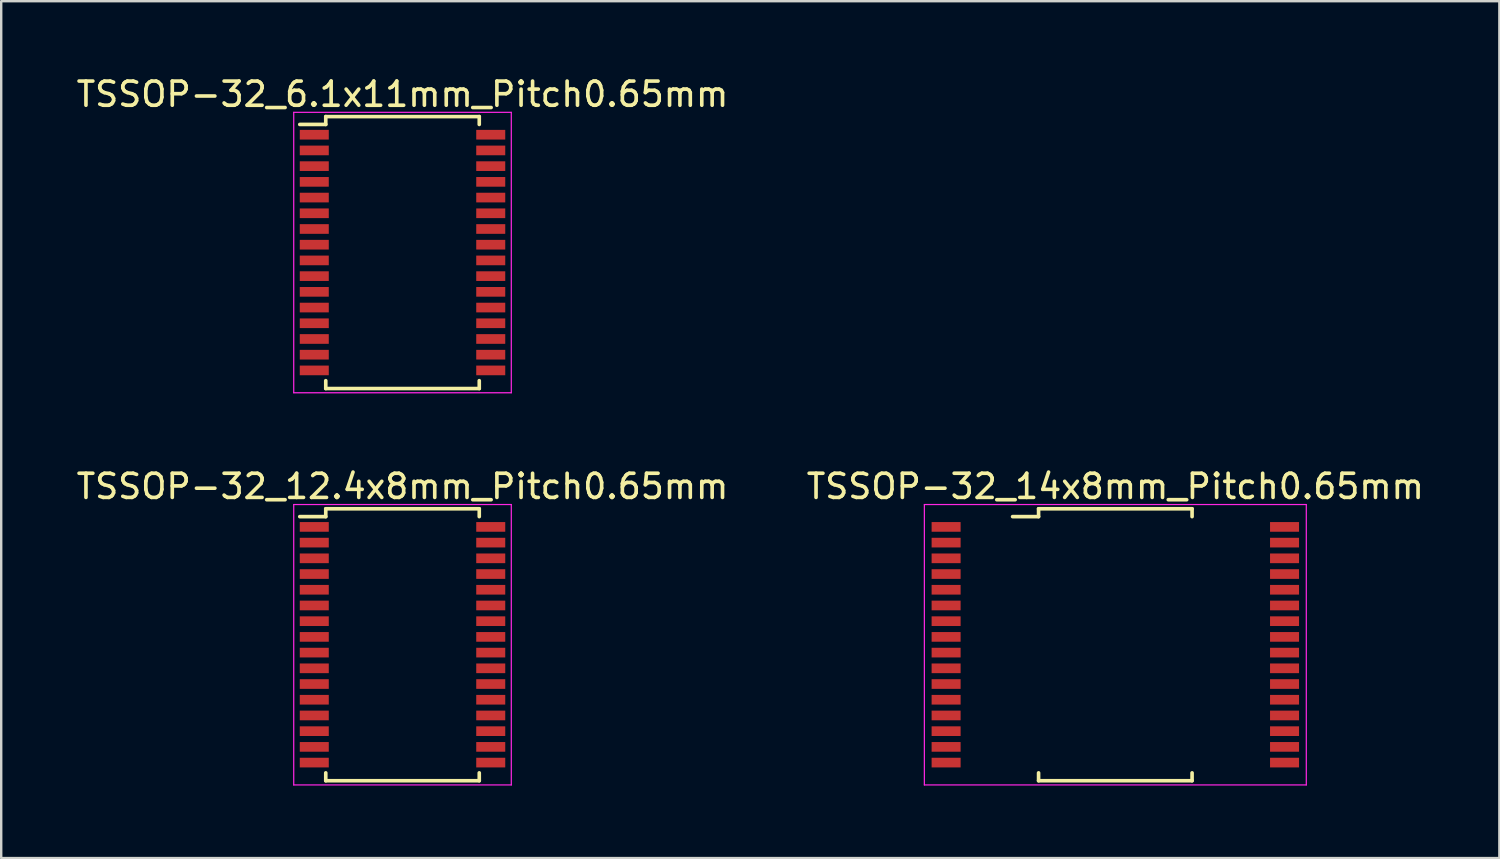
<source format=kicad_pcb>
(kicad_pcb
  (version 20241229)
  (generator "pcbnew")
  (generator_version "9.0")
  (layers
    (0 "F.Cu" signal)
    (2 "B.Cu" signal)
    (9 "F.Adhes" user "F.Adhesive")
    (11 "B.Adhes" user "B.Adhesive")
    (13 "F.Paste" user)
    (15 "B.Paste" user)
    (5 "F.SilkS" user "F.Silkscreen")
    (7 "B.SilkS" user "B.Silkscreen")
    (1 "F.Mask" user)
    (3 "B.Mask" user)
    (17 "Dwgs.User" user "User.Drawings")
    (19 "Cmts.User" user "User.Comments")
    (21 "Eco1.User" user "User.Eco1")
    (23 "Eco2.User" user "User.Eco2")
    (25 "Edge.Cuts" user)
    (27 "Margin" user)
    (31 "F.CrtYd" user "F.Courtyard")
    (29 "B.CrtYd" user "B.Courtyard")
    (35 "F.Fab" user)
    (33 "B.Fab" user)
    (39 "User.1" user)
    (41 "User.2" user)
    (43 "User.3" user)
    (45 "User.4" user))
  (footprint "TSSOP-32_14x8mm_Pitch0.65mm"
    (placed yes)
    (layer "F.Cu")
    (at 43.089 23.622)
    (property "Reference" "TSSOP-32_14x8mm_Pitch0.65mm" (at 0 -6.55 0) (layer "F.SilkS") (effects (font (size 1 1) (thickness 0.15))))
    (attr smd)
    (fp_line (start -3.175 -5.625) (end -3.175 -5.3) (stroke (width 0.15) (type solid)) (layer "F.SilkS"))
    (fp_line (start -3.175 -5.625) (end 3.175 -5.625) (stroke (width 0.15) (type solid)) (layer "F.SilkS"))
    (fp_line (start -3.175 -5.3) (end -4.25 -5.3) (stroke (width 0.15) (type solid)) (layer "F.SilkS"))
    (fp_line (start -3.175 5.625) (end -3.175 5.3) (stroke (width 0.15) (type solid)) (layer "F.SilkS"))
    (fp_line (start -3.175 5.625) (end 3.175 5.625) (stroke (width 0.15) (type solid)) (layer "F.SilkS"))
    (fp_line (start 3.175 -5.625) (end 3.175 -5.3) (stroke (width 0.15) (type solid)) (layer "F.SilkS"))
    (fp_line (start 3.175 5.625) (end 3.175 5.3) (stroke (width 0.15) (type solid)) (layer "F.SilkS"))
    (fp_line (start -7.9 -5.8) (end -7.9 5.8) (stroke (width 0.05) (type solid)) (layer "F.CrtYd"))
    (fp_line (start -7.9 -5.8) (end 7.9 -5.8) (stroke (width 0.05) (type solid)) (layer "F.CrtYd"))
    (fp_line (start -7.9 5.8) (end 7.9 5.8) (stroke (width 0.05) (type solid)) (layer "F.CrtYd"))
    (fp_line (start 7.9 -5.8) (end 7.9 5.8) (stroke (width 0.05) (type solid)) (layer "F.CrtYd"))
    (pad "1" smd rect (at -7 -4.875) (size 1.2 0.4) (layers "F.Cu" "F.Mask" "F.Paste"))
    (pad "2" smd rect (at -7 -4.225) (size 1.2 0.4) (layers "F.Cu" "F.Mask" "F.Paste"))
    (pad "3" smd rect (at -7 -3.575) (size 1.2 0.4) (layers "F.Cu" "F.Mask" "F.Paste"))
    (pad "4" smd rect (at -7 -2.925) (size 1.2 0.4) (layers "F.Cu" "F.Mask" "F.Paste"))
    (pad "5" smd rect (at -7 -2.275) (size 1.2 0.4) (layers "F.Cu" "F.Mask" "F.Paste"))
    (pad "6" smd rect (at -7 -1.625) (size 1.2 0.4) (layers "F.Cu" "F.Mask" "F.Paste"))
    (pad "7" smd rect (at -7 -0.975) (size 1.2 0.4) (layers "F.Cu" "F.Mask" "F.Paste"))
    (pad "8" smd rect (at -7 -0.325) (size 1.2 0.4) (layers "F.Cu" "F.Mask" "F.Paste"))
    (pad "9" smd rect (at -7 0.325) (size 1.2 0.4) (layers "F.Cu" "F.Mask" "F.Paste"))
    (pad "10" smd rect (at -7 0.975) (size 1.2 0.4) (layers "F.Cu" "F.Mask" "F.Paste"))
    (pad "11" smd rect (at -7 1.625) (size 1.2 0.4) (layers "F.Cu" "F.Mask" "F.Paste"))
    (pad "12" smd rect (at -7 2.275) (size 1.2 0.4) (layers "F.Cu" "F.Mask" "F.Paste"))
    (pad "13" smd rect (at -7 2.925) (size 1.2 0.4) (layers "F.Cu" "F.Mask" "F.Paste"))
    (pad "14" smd rect (at -7 3.575) (size 1.2 0.4) (layers "F.Cu" "F.Mask" "F.Paste"))
    (pad "15" smd rect (at -7 4.225) (size 1.2 0.4) (layers "F.Cu" "F.Mask" "F.Paste"))
    (pad "16" smd rect (at -7 4.875) (size 1.2 0.4) (layers "F.Cu" "F.Mask" "F.Paste"))
    (pad "17" smd rect (at 7 4.875) (size 1.2 0.4) (layers "F.Cu" "F.Mask" "F.Paste"))
    (pad "18" smd rect (at 7 4.225) (size 1.2 0.4) (layers "F.Cu" "F.Mask" "F.Paste"))
    (pad "19" smd rect (at 7 3.575) (size 1.2 0.4) (layers "F.Cu" "F.Mask" "F.Paste"))
    (pad "20" smd rect (at 7 2.925) (size 1.2 0.4) (layers "F.Cu" "F.Mask" "F.Paste"))
    (pad "21" smd rect (at 7 2.275) (size 1.2 0.4) (layers "F.Cu" "F.Mask" "F.Paste"))
    (pad "22" smd rect (at 7 1.625) (size 1.2 0.4) (layers "F.Cu" "F.Mask" "F.Paste"))
    (pad "23" smd rect (at 7 0.975) (size 1.2 0.4) (layers "F.Cu" "F.Mask" "F.Paste"))
    (pad "24" smd rect (at 7 0.325) (size 1.2 0.4) (layers "F.Cu" "F.Mask" "F.Paste"))
    (pad "25" smd rect (at 7 -0.325) (size 1.2 0.4) (layers "F.Cu" "F.Mask" "F.Paste"))
    (pad "26" smd rect (at 7 -0.975) (size 1.2 0.4) (layers "F.Cu" "F.Mask" "F.Paste"))
    (pad "27" smd rect (at 7 -1.625) (size 1.2 0.4) (layers "F.Cu" "F.Mask" "F.Paste"))
    (pad "28" smd rect (at 7 -2.275) (size 1.2 0.4) (layers "F.Cu" "F.Mask" "F.Paste"))
    (pad "29" smd rect (at 7 -2.925) (size 1.2 0.4) (layers "F.Cu" "F.Mask" "F.Paste"))
    (pad "30" smd rect (at 7 -3.575) (size 1.2 0.4) (layers "F.Cu" "F.Mask" "F.Paste"))
    (pad "31" smd rect (at 7 -4.225) (size 1.2 0.4) (layers "F.Cu" "F.Mask" "F.Paste"))
    (pad "32" smd rect (at 7 -4.875) (size 1.2 0.4) (layers "F.Cu" "F.Mask" "F.Paste")))
  (footprint "TSSOP-32_12.4x8mm_Pitch0.65mm"
    (placed yes)
    (layer "F.Cu")
    (at 13.601 23.622)
    (property "Reference" "TSSOP-32_12.4x8mm_Pitch0.65mm" (at 0 -6.55 0) (layer "F.SilkS") (effects (font (size 1 1) (thickness 0.15))))
    (attr smd)
    (fp_line (start -3.175 -5.625) (end -3.175 -5.3) (stroke (width 0.15) (type solid)) (layer "F.SilkS"))
    (fp_line (start -3.175 -5.625) (end 3.175 -5.625) (stroke (width 0.15) (type solid)) (layer "F.SilkS"))
    (fp_line (start -3.175 -5.3) (end -4.25 -5.3) (stroke (width 0.15) (type solid)) (layer "F.SilkS"))
    (fp_line (start -3.175 5.625) (end -3.175 5.3) (stroke (width 0.15) (type solid)) (layer "F.SilkS"))
    (fp_line (start -3.175 5.625) (end 3.175 5.625) (stroke (width 0.15) (type solid)) (layer "F.SilkS"))
    (fp_line (start 3.175 -5.625) (end 3.175 -5.3) (stroke (width 0.15) (type solid)) (layer "F.SilkS"))
    (fp_line (start 3.175 5.625) (end 3.175 5.3) (stroke (width 0.15) (type solid)) (layer "F.SilkS"))
    (fp_line (start -4.5 -5.8) (end -4.5 5.8) (stroke (width 0.05) (type solid)) (layer "F.CrtYd"))
    (fp_line (start -4.5 -5.8) (end 4.5 -5.8) (stroke (width 0.05) (type solid)) (layer "F.CrtYd"))
    (fp_line (start -4.5 5.8) (end 4.5 5.8) (stroke (width 0.05) (type solid)) (layer "F.CrtYd"))
    (fp_line (start 4.5 -5.8) (end 4.5 5.8) (stroke (width 0.05) (type solid)) (layer "F.CrtYd"))
    (pad "1" smd rect (at -3.65 -4.875) (size 1.2 0.4) (layers "F.Cu" "F.Mask" "F.Paste"))
    (pad "2" smd rect (at -3.65 -4.225) (size 1.2 0.4) (layers "F.Cu" "F.Mask" "F.Paste"))
    (pad "3" smd rect (at -3.65 -3.575) (size 1.2 0.4) (layers "F.Cu" "F.Mask" "F.Paste"))
    (pad "4" smd rect (at -3.65 -2.925) (size 1.2 0.4) (layers "F.Cu" "F.Mask" "F.Paste"))
    (pad "5" smd rect (at -3.65 -2.275) (size 1.2 0.4) (layers "F.Cu" "F.Mask" "F.Paste"))
    (pad "6" smd rect (at -3.65 -1.625) (size 1.2 0.4) (layers "F.Cu" "F.Mask" "F.Paste"))
    (pad "7" smd rect (at -3.65 -0.975) (size 1.2 0.4) (layers "F.Cu" "F.Mask" "F.Paste"))
    (pad "8" smd rect (at -3.65 -0.325) (size 1.2 0.4) (layers "F.Cu" "F.Mask" "F.Paste"))
    (pad "9" smd rect (at -3.65 0.325) (size 1.2 0.4) (layers "F.Cu" "F.Mask" "F.Paste"))
    (pad "10" smd rect (at -3.65 0.975) (size 1.2 0.4) (layers "F.Cu" "F.Mask" "F.Paste"))
    (pad "11" smd rect (at -3.65 1.625) (size 1.2 0.4) (layers "F.Cu" "F.Mask" "F.Paste"))
    (pad "12" smd rect (at -3.65 2.275) (size 1.2 0.4) (layers "F.Cu" "F.Mask" "F.Paste"))
    (pad "13" smd rect (at -3.65 2.925) (size 1.2 0.4) (layers "F.Cu" "F.Mask" "F.Paste"))
    (pad "14" smd rect (at -3.65 3.575) (size 1.2 0.4) (layers "F.Cu" "F.Mask" "F.Paste"))
    (pad "15" smd rect (at -3.65 4.225) (size 1.2 0.4) (layers "F.Cu" "F.Mask" "F.Paste"))
    (pad "16" smd rect (at -3.65 4.875) (size 1.2 0.4) (layers "F.Cu" "F.Mask" "F.Paste"))
    (pad "17" smd rect (at 3.65 4.875) (size 1.2 0.4) (layers "F.Cu" "F.Mask" "F.Paste"))
    (pad "18" smd rect (at 3.65 4.225) (size 1.2 0.4) (layers "F.Cu" "F.Mask" "F.Paste"))
    (pad "19" smd rect (at 3.65 3.575) (size 1.2 0.4) (layers "F.Cu" "F.Mask" "F.Paste"))
    (pad "20" smd rect (at 3.65 2.925) (size 1.2 0.4) (layers "F.Cu" "F.Mask" "F.Paste"))
    (pad "21" smd rect (at 3.65 2.275) (size 1.2 0.4) (layers "F.Cu" "F.Mask" "F.Paste"))
    (pad "22" smd rect (at 3.65 1.625) (size 1.2 0.4) (layers "F.Cu" "F.Mask" "F.Paste"))
    (pad "23" smd rect (at 3.65 0.975) (size 1.2 0.4) (layers "F.Cu" "F.Mask" "F.Paste"))
    (pad "24" smd rect (at 3.65 0.325) (size 1.2 0.4) (layers "F.Cu" "F.Mask" "F.Paste"))
    (pad "25" smd rect (at 3.65 -0.325) (size 1.2 0.4) (layers "F.Cu" "F.Mask" "F.Paste"))
    (pad "26" smd rect (at 3.65 -0.975) (size 1.2 0.4) (layers "F.Cu" "F.Mask" "F.Paste"))
    (pad "27" smd rect (at 3.65 -1.625) (size 1.2 0.4) (layers "F.Cu" "F.Mask" "F.Paste"))
    (pad "28" smd rect (at 3.65 -2.275) (size 1.2 0.4) (layers "F.Cu" "F.Mask" "F.Paste"))
    (pad "29" smd rect (at 3.65 -2.925) (size 1.2 0.4) (layers "F.Cu" "F.Mask" "F.Paste"))
    (pad "30" smd rect (at 3.65 -3.575) (size 1.2 0.4) (layers "F.Cu" "F.Mask" "F.Paste"))
    (pad "31" smd rect (at 3.65 -4.225) (size 1.2 0.4) (layers "F.Cu" "F.Mask" "F.Paste"))
    (pad "32" smd rect (at 3.65 -4.875) (size 1.2 0.4) (layers "F.Cu" "F.Mask" "F.Paste")))
  (footprint "TSSOP-32_6.1x11mm_Pitch0.65mm"
    (placed yes)
    (layer "F.Cu")
    (at 13.601 7.398)
    (property "Reference" "TSSOP-32_6.1x11mm_Pitch0.65mm" (at 0 -6.55 0) (layer "F.SilkS") (effects (font (size 1 1) (thickness 0.15))))
    (attr smd)
    (fp_line (start -3.175 -5.625) (end -3.175 -5.3) (stroke (width 0.15) (type solid)) (layer "F.SilkS"))
    (fp_line (start -3.175 -5.625) (end 3.175 -5.625) (stroke (width 0.15) (type solid)) (layer "F.SilkS"))
    (fp_line (start -3.175 -5.3) (end -4.25 -5.3) (stroke (width 0.15) (type solid)) (layer "F.SilkS"))
    (fp_line (start -3.175 5.625) (end -3.175 5.3) (stroke (width 0.15) (type solid)) (layer "F.SilkS"))
    (fp_line (start -3.175 5.625) (end 3.175 5.625) (stroke (width 0.15) (type solid)) (layer "F.SilkS"))
    (fp_line (start 3.175 -5.625) (end 3.175 -5.3) (stroke (width 0.15) (type solid)) (layer "F.SilkS"))
    (fp_line (start 3.175 5.625) (end 3.175 5.3) (stroke (width 0.15) (type solid)) (layer "F.SilkS"))
    (fp_line (start -4.5 -5.8) (end -4.5 5.8) (stroke (width 0.05) (type solid)) (layer "F.CrtYd"))
    (fp_line (start -4.5 -5.8) (end 4.5 -5.8) (stroke (width 0.05) (type solid)) (layer "F.CrtYd"))
    (fp_line (start -4.5 5.8) (end 4.5 5.8) (stroke (width 0.05) (type solid)) (layer "F.CrtYd"))
    (fp_line (start 4.5 -5.8) (end 4.5 5.8) (stroke (width 0.05) (type solid)) (layer "F.CrtYd"))
    (pad "1" smd rect (at -3.65 -4.875) (size 1.2 0.4) (layers "F.Cu" "F.Mask" "F.Paste"))
    (pad "2" smd rect (at -3.65 -4.225) (size 1.2 0.4) (layers "F.Cu" "F.Mask" "F.Paste"))
    (pad "3" smd rect (at -3.65 -3.575) (size 1.2 0.4) (layers "F.Cu" "F.Mask" "F.Paste"))
    (pad "4" smd rect (at -3.65 -2.925) (size 1.2 0.4) (layers "F.Cu" "F.Mask" "F.Paste"))
    (pad "5" smd rect (at -3.65 -2.275) (size 1.2 0.4) (layers "F.Cu" "F.Mask" "F.Paste"))
    (pad "6" smd rect (at -3.65 -1.625) (size 1.2 0.4) (layers "F.Cu" "F.Mask" "F.Paste"))
    (pad "7" smd rect (at -3.65 -0.975) (size 1.2 0.4) (layers "F.Cu" "F.Mask" "F.Paste"))
    (pad "8" smd rect (at -3.65 -0.325) (size 1.2 0.4) (layers "F.Cu" "F.Mask" "F.Paste"))
    (pad "9" smd rect (at -3.65 0.325) (size 1.2 0.4) (layers "F.Cu" "F.Mask" "F.Paste"))
    (pad "10" smd rect (at -3.65 0.975) (size 1.2 0.4) (layers "F.Cu" "F.Mask" "F.Paste"))
    (pad "11" smd rect (at -3.65 1.625) (size 1.2 0.4) (layers "F.Cu" "F.Mask" "F.Paste"))
    (pad "12" smd rect (at -3.65 2.275) (size 1.2 0.4) (layers "F.Cu" "F.Mask" "F.Paste"))
    (pad "13" smd rect (at -3.65 2.925) (size 1.2 0.4) (layers "F.Cu" "F.Mask" "F.Paste"))
    (pad "14" smd rect (at -3.65 3.575) (size 1.2 0.4) (layers "F.Cu" "F.Mask" "F.Paste"))
    (pad "15" smd rect (at -3.65 4.225) (size 1.2 0.4) (layers "F.Cu" "F.Mask" "F.Paste"))
    (pad "16" smd rect (at -3.65 4.875) (size 1.2 0.4) (layers "F.Cu" "F.Mask" "F.Paste"))
    (pad "17" smd rect (at 3.65 4.875) (size 1.2 0.4) (layers "F.Cu" "F.Mask" "F.Paste"))
    (pad "18" smd rect (at 3.65 4.225) (size 1.2 0.4) (layers "F.Cu" "F.Mask" "F.Paste"))
    (pad "19" smd rect (at 3.65 3.575) (size 1.2 0.4) (layers "F.Cu" "F.Mask" "F.Paste"))
    (pad "20" smd rect (at 3.65 2.925) (size 1.2 0.4) (layers "F.Cu" "F.Mask" "F.Paste"))
    (pad "21" smd rect (at 3.65 2.275) (size 1.2 0.4) (layers "F.Cu" "F.Mask" "F.Paste"))
    (pad "22" smd rect (at 3.65 1.625) (size 1.2 0.4) (layers "F.Cu" "F.Mask" "F.Paste"))
    (pad "23" smd rect (at 3.65 0.975) (size 1.2 0.4) (layers "F.Cu" "F.Mask" "F.Paste"))
    (pad "24" smd rect (at 3.65 0.325) (size 1.2 0.4) (layers "F.Cu" "F.Mask" "F.Paste"))
    (pad "25" smd rect (at 3.65 -0.325) (size 1.2 0.4) (layers "F.Cu" "F.Mask" "F.Paste"))
    (pad "26" smd rect (at 3.65 -0.975) (size 1.2 0.4) (layers "F.Cu" "F.Mask" "F.Paste"))
    (pad "27" smd rect (at 3.65 -1.625) (size 1.2 0.4) (layers "F.Cu" "F.Mask" "F.Paste"))
    (pad "28" smd rect (at 3.65 -2.275) (size 1.2 0.4) (layers "F.Cu" "F.Mask" "F.Paste"))
    (pad "29" smd rect (at 3.65 -2.925) (size 1.2 0.4) (layers "F.Cu" "F.Mask" "F.Paste"))
    (pad "30" smd rect (at 3.65 -3.575) (size 1.2 0.4) (layers "F.Cu" "F.Mask" "F.Paste"))
    (pad "31" smd rect (at 3.65 -4.225) (size 1.2 0.4) (layers "F.Cu" "F.Mask" "F.Paste"))
    (pad "32" smd rect (at 3.65 -4.875) (size 1.2 0.4) (layers "F.Cu" "F.Mask" "F.Paste")))
  (gr_rect
    (start -3 -3)
    (end 58.976 32.447)
    (stroke (width 0.1) (type default))
    (fill no)
    (layer "Edge.Cuts")))
</source>
